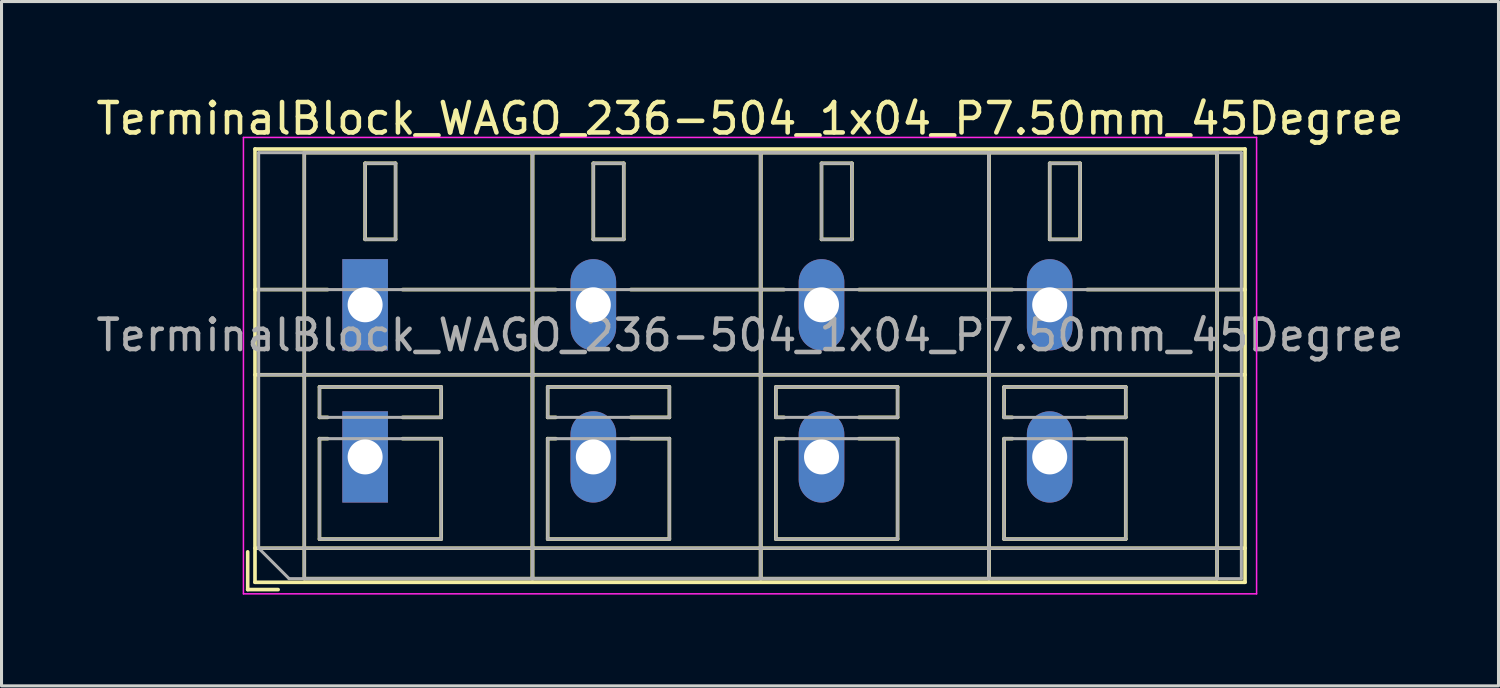
<source format=kicad_pcb>
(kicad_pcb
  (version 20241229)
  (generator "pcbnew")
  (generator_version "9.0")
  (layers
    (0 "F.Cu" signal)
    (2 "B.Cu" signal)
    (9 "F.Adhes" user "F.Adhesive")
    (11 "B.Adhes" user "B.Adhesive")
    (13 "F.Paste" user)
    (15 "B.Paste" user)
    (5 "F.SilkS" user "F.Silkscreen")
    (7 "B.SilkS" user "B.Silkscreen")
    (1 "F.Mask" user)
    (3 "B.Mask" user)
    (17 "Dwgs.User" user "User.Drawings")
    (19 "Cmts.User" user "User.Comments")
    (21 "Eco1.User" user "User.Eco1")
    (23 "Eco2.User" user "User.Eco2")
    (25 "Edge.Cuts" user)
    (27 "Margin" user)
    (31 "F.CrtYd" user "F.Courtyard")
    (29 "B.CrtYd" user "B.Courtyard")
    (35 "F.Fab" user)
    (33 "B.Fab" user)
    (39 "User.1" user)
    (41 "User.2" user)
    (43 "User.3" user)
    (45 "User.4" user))
  (footprint "TerminalBlock_WAGO_236-504_1x04_P7.50mm_45Degree"
    (layer "F.Cu")
    (at 8.951 6.968)
    (property "Reference" "TerminalBlock_WAGO_236-504_1x04_P7.50mm_45Degree" (at 12.65 -6.12 0) (layer "F.SilkS") (effects (font (size 1 1) (thickness 0.15))))
    (attr through_hole)
    (fp_line (start -3.86 8.12) (end -3.86 9.36) (stroke (width 0.12) (type solid)) (layer "F.SilkS"))
    (fp_line (start -3.86 9.36) (end -2.86 9.36) (stroke (width 0.12) (type solid)) (layer "F.SilkS"))
    (fp_line (start -3.62 -5.12) (end -3.62 9.12) (stroke (width 0.12) (type solid)) (layer "F.SilkS"))
    (fp_line (start -3.62 -5.12) (end 28.92 -5.12) (stroke (width 0.12) (type solid)) (layer "F.SilkS"))
    (fp_line (start -3.62 -0.5) (end -1.23 -0.5) (stroke (width 0.12) (type solid)) (layer "F.SilkS"))
    (fp_line (start -3.62 2.3) (end 28.92 2.3) (stroke (width 0.12) (type solid)) (layer "F.SilkS"))
    (fp_line (start -3.62 8) (end 28.92 8) (stroke (width 0.12) (type solid)) (layer "F.SilkS"))
    (fp_line (start -3.62 9.12) (end 28.92 9.12) (stroke (width 0.12) (type solid)) (layer "F.SilkS"))
    (fp_line (start -2 -5) (end -2 9) (stroke (width 0.12) (type solid)) (layer "F.SilkS"))
    (fp_line (start -2 -5) (end 5.5 -5) (stroke (width 0.12) (type solid)) (layer "F.SilkS"))
    (fp_line (start -2 9) (end 5.5 9) (stroke (width 0.12) (type solid)) (layer "F.SilkS"))
    (fp_line (start -1.5 2.7) (end -1.5 3.7) (stroke (width 0.12) (type solid)) (layer "F.SilkS"))
    (fp_line (start -1.5 2.7) (end 2.5 2.7) (stroke (width 0.12) (type solid)) (layer "F.SilkS"))
    (fp_line (start -1.5 3.7) (end -1.23 3.7) (stroke (width 0.12) (type solid)) (layer "F.SilkS"))
    (fp_line (start -1.5 4.4) (end -1.5 7.7) (stroke (width 0.12) (type solid)) (layer "F.SilkS"))
    (fp_line (start -1.5 4.4) (end -1.23 4.4) (stroke (width 0.12) (type solid)) (layer "F.SilkS"))
    (fp_line (start -1.5 7.7) (end 2.5 7.7) (stroke (width 0.12) (type solid)) (layer "F.SilkS"))
    (fp_line (start 0 -4.65) (end 0 -2.151) (stroke (width 0.12) (type solid)) (layer "F.SilkS"))
    (fp_line (start 0 -4.65) (end 1 -4.65) (stroke (width 0.12) (type solid)) (layer "F.SilkS"))
    (fp_line (start 0 -2.151) (end 1 -2.151) (stroke (width 0.12) (type solid)) (layer "F.SilkS"))
    (fp_line (start 1 -4.65) (end 1 -2.151) (stroke (width 0.12) (type solid)) (layer "F.SilkS"))
    (fp_line (start 1.23 -0.5) (end 6.27 -0.5) (stroke (width 0.12) (type solid)) (layer "F.SilkS"))
    (fp_line (start 1.23 3.7) (end 2.5 3.7) (stroke (width 0.12) (type solid)) (layer "F.SilkS"))
    (fp_line (start 1.23 4.4) (end 2.5 4.4) (stroke (width 0.12) (type solid)) (layer "F.SilkS"))
    (fp_line (start 2.5 2.7) (end 2.5 3.7) (stroke (width 0.12) (type solid)) (layer "F.SilkS"))
    (fp_line (start 2.5 4.4) (end 2.5 7.7) (stroke (width 0.12) (type solid)) (layer "F.SilkS"))
    (fp_line (start 5.5 -5) (end 5.5 9) (stroke (width 0.12) (type solid)) (layer "F.SilkS"))
    (fp_line (start 5.5 -5) (end 5.5 9) (stroke (width 0.12) (type solid)) (layer "F.SilkS"))
    (fp_line (start 5.5 -5) (end 13 -5) (stroke (width 0.12) (type solid)) (layer "F.SilkS"))
    (fp_line (start 5.5 9) (end 13 9) (stroke (width 0.12) (type solid)) (layer "F.SilkS"))
    (fp_line (start 6 2.7) (end 6 3.7) (stroke (width 0.12) (type solid)) (layer "F.SilkS"))
    (fp_line (start 6 2.7) (end 10 2.7) (stroke (width 0.12) (type solid)) (layer "F.SilkS"))
    (fp_line (start 6 3.7) (end 6.27 3.7) (stroke (width 0.12) (type solid)) (layer "F.SilkS"))
    (fp_line (start 6 4.4) (end 6 7.7) (stroke (width 0.12) (type solid)) (layer "F.SilkS"))
    (fp_line (start 6 4.4) (end 6.27 4.4) (stroke (width 0.12) (type solid)) (layer "F.SilkS"))
    (fp_line (start 6 7.7) (end 10 7.7) (stroke (width 0.12) (type solid)) (layer "F.SilkS"))
    (fp_line (start 7.5 -4.65) (end 7.5 -2.151) (stroke (width 0.12) (type solid)) (layer "F.SilkS"))
    (fp_line (start 7.5 -4.65) (end 8.5 -4.65) (stroke (width 0.12) (type solid)) (layer "F.SilkS"))
    (fp_line (start 7.5 -2.151) (end 8.5 -2.151) (stroke (width 0.12) (type solid)) (layer "F.SilkS"))
    (fp_line (start 8.5 -4.65) (end 8.5 -2.151) (stroke (width 0.12) (type solid)) (layer "F.SilkS"))
    (fp_line (start 8.73 -0.5) (end 13.77 -0.5) (stroke (width 0.12) (type solid)) (layer "F.SilkS"))
    (fp_line (start 8.73 3.7) (end 10 3.7) (stroke (width 0.12) (type solid)) (layer "F.SilkS"))
    (fp_line (start 8.73 4.4) (end 10 4.4) (stroke (width 0.12) (type solid)) (layer "F.SilkS"))
    (fp_line (start 10 2.7) (end 10 3.7) (stroke (width 0.12) (type solid)) (layer "F.SilkS"))
    (fp_line (start 10 4.4) (end 10 7.7) (stroke (width 0.12) (type solid)) (layer "F.SilkS"))
    (fp_line (start 13 -5) (end 13 9) (stroke (width 0.12) (type solid)) (layer "F.SilkS"))
    (fp_line (start 13 -5) (end 13 9) (stroke (width 0.12) (type solid)) (layer "F.SilkS"))
    (fp_line (start 13 -5) (end 20.5 -5) (stroke (width 0.12) (type solid)) (layer "F.SilkS"))
    (fp_line (start 13 9) (end 20.5 9) (stroke (width 0.12) (type solid)) (layer "F.SilkS"))
    (fp_line (start 13.5 2.7) (end 13.5 3.7) (stroke (width 0.12) (type solid)) (layer "F.SilkS"))
    (fp_line (start 13.5 2.7) (end 17.5 2.7) (stroke (width 0.12) (type solid)) (layer "F.SilkS"))
    (fp_line (start 13.5 3.7) (end 13.77 3.7) (stroke (width 0.12) (type solid)) (layer "F.SilkS"))
    (fp_line (start 13.5 4.4) (end 13.5 7.7) (stroke (width 0.12) (type solid)) (layer "F.SilkS"))
    (fp_line (start 13.5 4.4) (end 13.77 4.4) (stroke (width 0.12) (type solid)) (layer "F.SilkS"))
    (fp_line (start 13.5 7.7) (end 17.5 7.7) (stroke (width 0.12) (type solid)) (layer "F.SilkS"))
    (fp_line (start 15 -4.65) (end 15 -2.151) (stroke (width 0.12) (type solid)) (layer "F.SilkS"))
    (fp_line (start 15 -4.65) (end 16 -4.65) (stroke (width 0.12) (type solid)) (layer "F.SilkS"))
    (fp_line (start 15 -2.151) (end 16 -2.151) (stroke (width 0.12) (type solid)) (layer "F.SilkS"))
    (fp_line (start 16 -4.65) (end 16 -2.151) (stroke (width 0.12) (type solid)) (layer "F.SilkS"))
    (fp_line (start 16.23 -0.5) (end 21.27 -0.5) (stroke (width 0.12) (type solid)) (layer "F.SilkS"))
    (fp_line (start 16.23 3.7) (end 17.5 3.7) (stroke (width 0.12) (type solid)) (layer "F.SilkS"))
    (fp_line (start 16.23 4.4) (end 17.5 4.4) (stroke (width 0.12) (type solid)) (layer "F.SilkS"))
    (fp_line (start 17.5 2.7) (end 17.5 3.7) (stroke (width 0.12) (type solid)) (layer "F.SilkS"))
    (fp_line (start 17.5 4.4) (end 17.5 7.7) (stroke (width 0.12) (type solid)) (layer "F.SilkS"))
    (fp_line (start 20.5 -5) (end 20.5 9) (stroke (width 0.12) (type solid)) (layer "F.SilkS"))
    (fp_line (start 20.5 -5) (end 20.5 9) (stroke (width 0.12) (type solid)) (layer "F.SilkS"))
    (fp_line (start 20.5 -5) (end 28 -5) (stroke (width 0.12) (type solid)) (layer "F.SilkS"))
    (fp_line (start 20.5 9) (end 28 9) (stroke (width 0.12) (type solid)) (layer "F.SilkS"))
    (fp_line (start 21 2.7) (end 21 3.7) (stroke (width 0.12) (type solid)) (layer "F.SilkS"))
    (fp_line (start 21 2.7) (end 25 2.7) (stroke (width 0.12) (type solid)) (layer "F.SilkS"))
    (fp_line (start 21 3.7) (end 21.27 3.7) (stroke (width 0.12) (type solid)) (layer "F.SilkS"))
    (fp_line (start 21 4.4) (end 21 7.7) (stroke (width 0.12) (type solid)) (layer "F.SilkS"))
    (fp_line (start 21 4.4) (end 21.27 4.4) (stroke (width 0.12) (type solid)) (layer "F.SilkS"))
    (fp_line (start 21 7.7) (end 25 7.7) (stroke (width 0.12) (type solid)) (layer "F.SilkS"))
    (fp_line (start 22.5 -4.65) (end 22.5 -2.151) (stroke (width 0.12) (type solid)) (layer "F.SilkS"))
    (fp_line (start 22.5 -4.65) (end 23.5 -4.65) (stroke (width 0.12) (type solid)) (layer "F.SilkS"))
    (fp_line (start 22.5 -2.151) (end 23.5 -2.151) (stroke (width 0.12) (type solid)) (layer "F.SilkS"))
    (fp_line (start 23.5 -4.65) (end 23.5 -2.151) (stroke (width 0.12) (type solid)) (layer "F.SilkS"))
    (fp_line (start 23.73 -0.5) (end 28.92 -0.5) (stroke (width 0.12) (type solid)) (layer "F.SilkS"))
    (fp_line (start 23.73 3.7) (end 25 3.7) (stroke (width 0.12) (type solid)) (layer "F.SilkS"))
    (fp_line (start 23.73 4.4) (end 25 4.4) (stroke (width 0.12) (type solid)) (layer "F.SilkS"))
    (fp_line (start 25 2.7) (end 25 3.7) (stroke (width 0.12) (type solid)) (layer "F.SilkS"))
    (fp_line (start 25 4.4) (end 25 7.7) (stroke (width 0.12) (type solid)) (layer "F.SilkS"))
    (fp_line (start 28 -5) (end 28 9) (stroke (width 0.12) (type solid)) (layer "F.SilkS"))
    (fp_line (start 28.92 -5.12) (end 28.92 9.12) (stroke (width 0.12) (type solid)) (layer "F.SilkS"))
    (fp_line (start -4 -5.5) (end -4 9.5) (stroke (width 0.05) (type solid)) (layer "F.CrtYd"))
    (fp_line (start -4 9.5) (end 29.3 9.5) (stroke (width 0.05) (type solid)) (layer "F.CrtYd"))
    (fp_line (start 29.3 -5.5) (end -4 -5.5) (stroke (width 0.05) (type solid)) (layer "F.CrtYd"))
    (fp_line (start 29.3 9.5) (end 29.3 -5.5) (stroke (width 0.05) (type solid)) (layer "F.CrtYd"))
    (fp_line (start -3.5 -5) (end 28.8 -5) (stroke (width 0.1) (type solid)) (layer "F.Fab"))
    (fp_line (start -3.5 -0.5) (end 28.8 -0.5) (stroke (width 0.1) (type solid)) (layer "F.Fab"))
    (fp_line (start -3.5 2.3) (end 28.8 2.3) (stroke (width 0.1) (type solid)) (layer "F.Fab"))
    (fp_line (start -3.5 8) (end -3.5 -5) (stroke (width 0.1) (type solid)) (layer "F.Fab"))
    (fp_line (start -3.5 8) (end 28.8 8) (stroke (width 0.1) (type solid)) (layer "F.Fab"))
    (fp_line (start -2.5 9) (end -3.5 8) (stroke (width 0.1) (type solid)) (layer "F.Fab"))
    (fp_line (start -2 -5) (end -2 9) (stroke (width 0.1) (type solid)) (layer "F.Fab"))
    (fp_line (start -2 9) (end 5.5 9) (stroke (width 0.1) (type solid)) (layer "F.Fab"))
    (fp_line (start -1.5 2.7) (end -1.5 3.7) (stroke (width 0.1) (type solid)) (layer "F.Fab"))
    (fp_line (start -1.5 3.7) (end 2.5 3.7) (stroke (width 0.1) (type solid)) (layer "F.Fab"))
    (fp_line (start -1.5 4.4) (end -1.5 7.7) (stroke (width 0.1) (type solid)) (layer "F.Fab"))
    (fp_line (start -1.5 7.7) (end 2.5 7.7) (stroke (width 0.1) (type solid)) (layer "F.Fab"))
    (fp_line (start 0 -4.65) (end 0 -2.15) (stroke (width 0.1) (type solid)) (layer "F.Fab"))
    (fp_line (start 0 -2.15) (end 1 -2.15) (stroke (width 0.1) (type solid)) (layer "F.Fab"))
    (fp_line (start 1 -4.65) (end 0 -4.65) (stroke (width 0.1) (type solid)) (layer "F.Fab"))
    (fp_line (start 1 -2.15) (end 1 -4.65) (stroke (width 0.1) (type solid)) (layer "F.Fab"))
    (fp_line (start 2.5 2.7) (end -1.5 2.7) (stroke (width 0.1) (type solid)) (layer "F.Fab"))
    (fp_line (start 2.5 3.7) (end 2.5 2.7) (stroke (width 0.1) (type solid)) (layer "F.Fab"))
    (fp_line (start 2.5 4.4) (end -1.5 4.4) (stroke (width 0.1) (type solid)) (layer "F.Fab"))
    (fp_line (start 2.5 7.7) (end 2.5 4.4) (stroke (width 0.1) (type solid)) (layer "F.Fab"))
    (fp_line (start 5.5 -5) (end -2 -5) (stroke (width 0.1) (type solid)) (layer "F.Fab"))
    (fp_line (start 5.5 -5) (end 5.5 9) (stroke (width 0.1) (type solid)) (layer "F.Fab"))
    (fp_line (start 5.5 9) (end 5.5 -5) (stroke (width 0.1) (type solid)) (layer "F.Fab"))
    (fp_line (start 5.5 9) (end 13 9) (stroke (width 0.1) (type solid)) (layer "F.Fab"))
    (fp_line (start 6 2.7) (end 6 3.7) (stroke (width 0.1) (type solid)) (layer "F.Fab"))
    (fp_line (start 6 3.7) (end 10 3.7) (stroke (width 0.1) (type solid)) (layer "F.Fab"))
    (fp_line (start 6 4.4) (end 6 7.7) (stroke (width 0.1) (type solid)) (layer "F.Fab"))
    (fp_line (start 6 7.7) (end 10 7.7) (stroke (width 0.1) (type solid)) (layer "F.Fab"))
    (fp_line (start 7.5 -4.65) (end 7.5 -2.15) (stroke (width 0.1) (type solid)) (layer "F.Fab"))
    (fp_line (start 7.5 -2.15) (end 8.5 -2.15) (stroke (width 0.1) (type solid)) (layer "F.Fab"))
    (fp_line (start 8.5 -4.65) (end 7.5 -4.65) (stroke (width 0.1) (type solid)) (layer "F.Fab"))
    (fp_line (start 8.5 -2.15) (end 8.5 -4.65) (stroke (width 0.1) (type solid)) (layer "F.Fab"))
    (fp_line (start 10 2.7) (end 6 2.7) (stroke (width 0.1) (type solid)) (layer "F.Fab"))
    (fp_line (start 10 3.7) (end 10 2.7) (stroke (width 0.1) (type solid)) (layer "F.Fab"))
    (fp_line (start 10 4.4) (end 6 4.4) (stroke (width 0.1) (type solid)) (layer "F.Fab"))
    (fp_line (start 10 7.7) (end 10 4.4) (stroke (width 0.1) (type solid)) (layer "F.Fab"))
    (fp_line (start 13 -5) (end 5.5 -5) (stroke (width 0.1) (type solid)) (layer "F.Fab"))
    (fp_line (start 13 -5) (end 13 9) (stroke (width 0.1) (type solid)) (layer "F.Fab"))
    (fp_line (start 13 9) (end 13 -5) (stroke (width 0.1) (type solid)) (layer "F.Fab"))
    (fp_line (start 13 9) (end 20.5 9) (stroke (width 0.1) (type solid)) (layer "F.Fab"))
    (fp_line (start 13.5 2.7) (end 13.5 3.7) (stroke (width 0.1) (type solid)) (layer "F.Fab"))
    (fp_line (start 13.5 3.7) (end 17.5 3.7) (stroke (width 0.1) (type solid)) (layer "F.Fab"))
    (fp_line (start 13.5 4.4) (end 13.5 7.7) (stroke (width 0.1) (type solid)) (layer "F.Fab"))
    (fp_line (start 13.5 7.7) (end 17.5 7.7) (stroke (width 0.1) (type solid)) (layer "F.Fab"))
    (fp_line (start 15 -4.65) (end 15 -2.15) (stroke (width 0.1) (type solid)) (layer "F.Fab"))
    (fp_line (start 15 -2.15) (end 16 -2.15) (stroke (width 0.1) (type solid)) (layer "F.Fab"))
    (fp_line (start 16 -4.65) (end 15 -4.65) (stroke (width 0.1) (type solid)) (layer "F.Fab"))
    (fp_line (start 16 -2.15) (end 16 -4.65) (stroke (width 0.1) (type solid)) (layer "F.Fab"))
    (fp_line (start 17.5 2.7) (end 13.5 2.7) (stroke (width 0.1) (type solid)) (layer "F.Fab"))
    (fp_line (start 17.5 3.7) (end 17.5 2.7) (stroke (width 0.1) (type solid)) (layer "F.Fab"))
    (fp_line (start 17.5 4.4) (end 13.5 4.4) (stroke (width 0.1) (type solid)) (layer "F.Fab"))
    (fp_line (start 17.5 7.7) (end 17.5 4.4) (stroke (width 0.1) (type solid)) (layer "F.Fab"))
    (fp_line (start 20.5 -5) (end 13 -5) (stroke (width 0.1) (type solid)) (layer "F.Fab"))
    (fp_line (start 20.5 -5) (end 20.5 9) (stroke (width 0.1) (type solid)) (layer "F.Fab"))
    (fp_line (start 20.5 9) (end 20.5 -5) (stroke (width 0.1) (type solid)) (layer "F.Fab"))
    (fp_line (start 20.5 9) (end 28 9) (stroke (width 0.1) (type solid)) (layer "F.Fab"))
    (fp_line (start 21 2.7) (end 21 3.7) (stroke (width 0.1) (type solid)) (layer "F.Fab"))
    (fp_line (start 21 3.7) (end 25 3.7) (stroke (width 0.1) (type solid)) (layer "F.Fab"))
    (fp_line (start 21 4.4) (end 21 7.7) (stroke (width 0.1) (type solid)) (layer "F.Fab"))
    (fp_line (start 21 7.7) (end 25 7.7) (stroke (width 0.1) (type solid)) (layer "F.Fab"))
    (fp_line (start 22.5 -4.65) (end 22.5 -2.15) (stroke (width 0.1) (type solid)) (layer "F.Fab"))
    (fp_line (start 22.5 -2.15) (end 23.5 -2.15) (stroke (width 0.1) (type solid)) (layer "F.Fab"))
    (fp_line (start 23.5 -4.65) (end 22.5 -4.65) (stroke (width 0.1) (type solid)) (layer "F.Fab"))
    (fp_line (start 23.5 -2.15) (end 23.5 -4.65) (stroke (width 0.1) (type solid)) (layer "F.Fab"))
    (fp_line (start 25 2.7) (end 21 2.7) (stroke (width 0.1) (type solid)) (layer "F.Fab"))
    (fp_line (start 25 3.7) (end 25 2.7) (stroke (width 0.1) (type solid)) (layer "F.Fab"))
    (fp_line (start 25 4.4) (end 21 4.4) (stroke (width 0.1) (type solid)) (layer "F.Fab"))
    (fp_line (start 25 7.7) (end 25 4.4) (stroke (width 0.1) (type solid)) (layer "F.Fab"))
    (fp_line (start 28 -5) (end 20.5 -5) (stroke (width 0.1) (type solid)) (layer "F.Fab"))
    (fp_line (start 28 9) (end 28 -5) (stroke (width 0.1) (type solid)) (layer "F.Fab"))
    (fp_line (start 28.8 -5) (end 28.8 9) (stroke (width 0.1) (type solid)) (layer "F.Fab"))
    (fp_line (start 28.8 9) (end -2.5 9) (stroke (width 0.1) (type solid)) (layer "F.Fab"))
    (fp_text user "${REFERENCE}" (at 12.65 1 0) (layer "F.Fab") (effects (font (size 1 1) (thickness 0.15))))
    (pad "1" thru_hole rect (at 0 0) (size 1.5 3) (drill 1.15) (layers "*.Cu" "*.Mask"))
    (pad "1" thru_hole rect (at 0 5) (size 1.5 3) (drill 1.15) (layers "*.Cu" "*.Mask"))
    (pad "2" thru_hole oval (at 7.5 0) (size 1.5 3) (drill 1.15) (layers "*.Cu" "*.Mask"))
    (pad "2" thru_hole oval (at 7.5 5) (size 1.5 3) (drill 1.15) (layers "*.Cu" "*.Mask"))
    (pad "3" thru_hole oval (at 15 0) (size 1.5 3) (drill 1.15) (layers "*.Cu" "*.Mask"))
    (pad "3" thru_hole oval (at 15 5) (size 1.5 3) (drill 1.15) (layers "*.Cu" "*.Mask"))
    (pad "4" thru_hole oval (at 22.5 0) (size 1.5 3) (drill 1.15) (layers "*.Cu" "*.Mask"))
    (pad "4" thru_hole oval (at 22.5 5) (size 1.5 3) (drill 1.15) (layers "*.Cu" "*.Mask")))
  (gr_rect
    (start -3 -3)
    (end 46.202 19.493)
    (stroke (width 0.1) (type default))
    (fill no)
    (layer "Edge.Cuts")))
</source>
